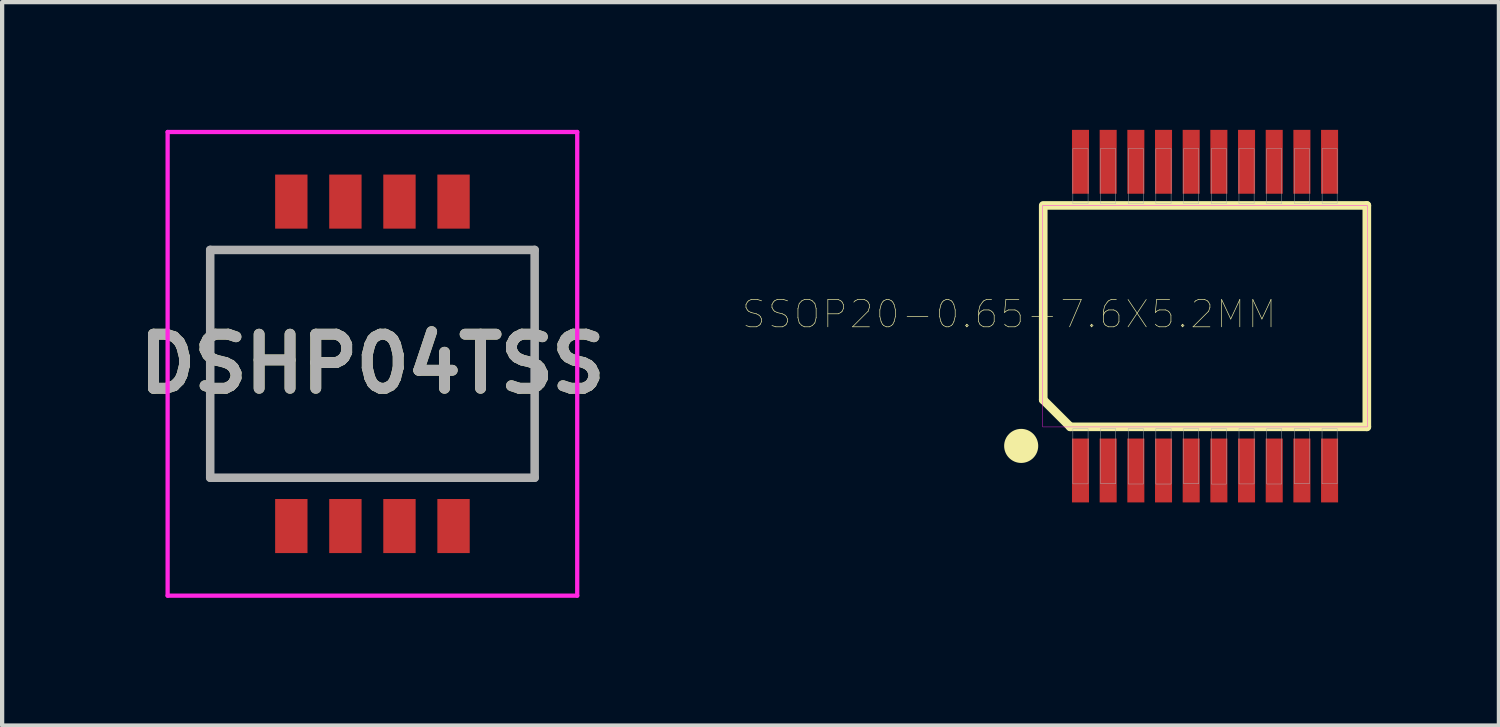
<source format=kicad_pcb>
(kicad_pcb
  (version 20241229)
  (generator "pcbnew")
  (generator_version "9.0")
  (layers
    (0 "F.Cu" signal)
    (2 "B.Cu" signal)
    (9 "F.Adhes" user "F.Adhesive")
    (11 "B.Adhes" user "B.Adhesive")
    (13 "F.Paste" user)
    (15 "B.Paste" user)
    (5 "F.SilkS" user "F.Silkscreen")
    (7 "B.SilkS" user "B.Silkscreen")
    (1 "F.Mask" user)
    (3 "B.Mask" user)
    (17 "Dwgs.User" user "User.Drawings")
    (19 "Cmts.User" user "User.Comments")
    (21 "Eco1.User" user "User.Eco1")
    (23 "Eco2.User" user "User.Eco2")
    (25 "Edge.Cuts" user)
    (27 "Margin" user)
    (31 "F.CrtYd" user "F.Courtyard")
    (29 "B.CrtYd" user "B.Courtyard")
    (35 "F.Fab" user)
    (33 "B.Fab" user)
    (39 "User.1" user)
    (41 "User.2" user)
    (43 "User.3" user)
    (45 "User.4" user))
  (footprint "SSOP20-0.65-7.6X5.2MM"
    (layer "F.Cu")
    (at 25.252 4.375)
    (property "Reference" "SSOP20-0.65-7.6X5.2MM" (at -4.601 -0.045 180) (layer "F.SilkS") (effects (font (size 0.641 0.641) (thickness 0.015))))
    (attr through_hole)
    (fp_line (start -3.825 -2.575) (end -3.8 -2.575) (stroke (width 0.127) (type solid)) (layer "F.SilkS"))
    (fp_line (start -3.8 -2.575) (end -3.8 1.965) (stroke (width 0.203) (type solid)) (layer "F.SilkS"))
    (fp_line (start -3.8 1.965) (end -3.165 2.6) (stroke (width 0.203) (type solid)) (layer "F.SilkS"))
    (fp_line (start -3.165 2.6) (end 3.8 2.6) (stroke (width 0.203) (type solid)) (layer "F.SilkS"))
    (fp_line (start 3.8 -2.6) (end -3.8 -2.6) (stroke (width 0.203) (type solid)) (layer "F.SilkS"))
    (fp_line (start 3.8 2.6) (end 3.8 -2.6) (stroke (width 0.203) (type solid)) (layer "F.SilkS"))
    (fp_circle (center -4.318 3.048) (end -3.918 3.048) (stroke (width 0) (type solid)) (fill yes) (layer "F.SilkS"))
    (fp_poly (pts (xy -3.813 -2.6) (xy 3.81 -2.6) (xy 3.81 2.602) (xy -3.813 2.602)) (stroke (width 0.01) (type solid)) (fill no) (layer "F.CrtYd"))
    (fp_poly (pts (xy -3.104 2.642) (xy -2.747 2.642) (xy -2.747 3.939) (xy -3.104 3.939)) (stroke (width 0.01) (type solid)) (fill no) (layer "F.Fab"))
    (fp_poly (pts (xy -3.104 -3.937) (xy -2.747 -3.937) (xy -2.747 -2.642) (xy -3.104 -2.642)) (stroke (width 0.01) (type solid)) (fill no) (layer "F.Fab"))
    (fp_poly (pts (xy -2.457 -3.937) (xy -2.097 -3.937) (xy -2.097 -2.646) (xy -2.457 -2.646)) (stroke (width 0.01) (type solid)) (fill no) (layer "F.Fab"))
    (fp_poly (pts (xy -2.453 2.642) (xy -2.097 2.642) (xy -2.097 3.937) (xy -2.453 3.937)) (stroke (width 0.01) (type solid)) (fill no) (layer "F.Fab"))
    (fp_poly (pts (xy -1.805 2.642) (xy -1.447 2.642) (xy -1.447 3.942) (xy -1.805 3.942)) (stroke (width 0.01) (type solid)) (fill no) (layer "F.Fab"))
    (fp_poly (pts (xy -1.803 -3.937) (xy -1.447 -3.937) (xy -1.447 -2.643) (xy -1.803 -2.643)) (stroke (width 0.01) (type solid)) (fill no) (layer "F.Fab"))
    (fp_poly (pts (xy -1.155 -3.937) (xy -0.797 -3.937) (xy -0.797 -2.646) (xy -1.155 -2.646)) (stroke (width 0.01) (type solid)) (fill no) (layer "F.Fab"))
    (fp_poly (pts (xy -1.155 2.642) (xy -0.797 2.642) (xy -0.797 3.943) (xy -1.155 3.943)) (stroke (width 0.01) (type solid)) (fill no) (layer "F.Fab"))
    (fp_poly (pts (xy -0.503 -3.937) (xy -0.147 -3.937) (xy -0.147 -2.643) (xy -0.503 -2.643)) (stroke (width 0.01) (type solid)) (fill no) (layer "F.Fab"))
    (fp_poly (pts (xy -0.503 2.642) (xy -0.147 2.642) (xy -0.147 3.937) (xy -0.503 3.937)) (stroke (width 0.01) (type solid)) (fill no) (layer "F.Fab"))
    (fp_poly (pts (xy 0.147 -3.937) (xy 0.503 -3.937) (xy 0.503 -2.643) (xy 0.147 -2.643)) (stroke (width 0.01) (type solid)) (fill no) (layer "F.Fab"))
    (fp_poly (pts (xy 0.147 2.642) (xy 0.503 2.642) (xy 0.503 3.944) (xy 0.147 3.944)) (stroke (width 0.01) (type solid)) (fill no) (layer "F.Fab"))
    (fp_poly (pts (xy 0.797 -3.937) (xy 1.153 -3.937) (xy 1.153 -2.642) (xy 0.797 -2.642)) (stroke (width 0.01) (type solid)) (fill no) (layer "F.Fab"))
    (fp_poly (pts (xy 0.798 2.642) (xy 1.153 2.642) (xy 1.153 3.941) (xy 0.798 3.941)) (stroke (width 0.01) (type solid)) (fill no) (layer "F.Fab"))
    (fp_poly (pts (xy 1.447 -3.937) (xy 1.803 -3.937) (xy 1.803 -2.642) (xy 1.447 -2.642)) (stroke (width 0.01) (type solid)) (fill no) (layer "F.Fab"))
    (fp_poly (pts (xy 1.449 2.642) (xy 1.803 2.642) (xy 1.803 3.942) (xy 1.449 3.942)) (stroke (width 0.01) (type solid)) (fill no) (layer "F.Fab"))
    (fp_poly (pts (xy 2.097 2.642) (xy 2.453 2.642) (xy 2.453 3.937) (xy 2.097 3.937)) (stroke (width 0.01) (type solid)) (fill no) (layer "F.Fab"))
    (fp_poly (pts (xy 2.097 -3.937) (xy 2.453 -3.937) (xy 2.453 -2.642) (xy 2.097 -2.642)) (stroke (width 0.01) (type solid)) (fill no) (layer "F.Fab"))
    (fp_poly (pts (xy 2.748 2.642) (xy 3.103 2.642) (xy 3.103 3.938) (xy 2.748 3.938)) (stroke (width 0.01) (type solid)) (fill no) (layer "F.Fab"))
    (fp_poly (pts (xy 2.75 -3.937) (xy 3.103 -3.937) (xy 3.103 -2.645) (xy 2.75 -2.645)) (stroke (width 0.01) (type solid)) (fill no) (layer "F.Fab"))
    (pad "1" smd rect (at -2.925 3.625) (size 0.4 1.5) (layers "F.Cu" "F.Mask" "F.Paste"))
    (pad "2" smd rect (at -2.275 3.625) (size 0.4 1.5) (layers "F.Cu" "F.Mask" "F.Paste"))
    (pad "3" smd rect (at -1.625 3.625) (size 0.4 1.5) (layers "F.Cu" "F.Mask" "F.Paste"))
    (pad "4" smd rect (at -0.975 3.625) (size 0.4 1.5) (layers "F.Cu" "F.Mask" "F.Paste"))
    (pad "5" smd rect (at -0.325 3.625) (size 0.4 1.5) (layers "F.Cu" "F.Mask" "F.Paste"))
    (pad "6" smd rect (at 0.325 3.625) (size 0.4 1.5) (layers "F.Cu" "F.Mask" "F.Paste"))
    (pad "7" smd rect (at 0.975 3.625) (size 0.4 1.5) (layers "F.Cu" "F.Mask" "F.Paste"))
    (pad "8" smd rect (at 1.625 3.625) (size 0.4 1.5) (layers "F.Cu" "F.Mask" "F.Paste"))
    (pad "9" smd rect (at 2.275 3.625) (size 0.4 1.5) (layers "F.Cu" "F.Mask" "F.Paste"))
    (pad "10" smd rect (at 2.925 3.625) (size 0.4 1.5) (layers "F.Cu" "F.Mask" "F.Paste"))
    (pad "11" smd rect (at 2.925 -3.625) (size 0.4 1.5) (layers "F.Cu" "F.Mask" "F.Paste"))
    (pad "12" smd rect (at 2.275 -3.625) (size 0.4 1.5) (layers "F.Cu" "F.Mask" "F.Paste"))
    (pad "13" smd rect (at 1.625 -3.625) (size 0.4 1.5) (layers "F.Cu" "F.Mask" "F.Paste"))
    (pad "14" smd rect (at 0.975 -3.625) (size 0.4 1.5) (layers "F.Cu" "F.Mask" "F.Paste"))
    (pad "15" smd rect (at 0.325 -3.625) (size 0.4 1.5) (layers "F.Cu" "F.Mask" "F.Paste"))
    (pad "16" smd rect (at -0.325 -3.625) (size 0.4 1.5) (layers "F.Cu" "F.Mask" "F.Paste"))
    (pad "17" smd rect (at -0.975 -3.625) (size 0.4 1.5) (layers "F.Cu" "F.Mask" "F.Paste"))
    (pad "18" smd rect (at -1.625 -3.625) (size 0.4 1.5) (layers "F.Cu" "F.Mask" "F.Paste"))
    (pad "19" smd rect (at -2.275 -3.625) (size 0.4 1.5) (layers "F.Cu" "F.Mask" "F.Paste"))
    (pad "20" smd rect (at -2.925 -3.625) (size 0.4 1.5) (layers "F.Cu" "F.Mask" "F.Paste")))
  (footprint "DSHP04TSS"
    (layer "F.Cu")
    (at 5.697 5.495)
    (property "Reference" "DSHP04TSS" (at 0 0 0) (layer "F.SilkS") (effects (font (size 1.27 1.27) (thickness 0.254))))
    (attr smd)
    (fp_line (start -3.81 -2.675) (end 3.81 -2.675) (stroke (width 0.1) (type solid)) (layer "F.SilkS"))
    (fp_line (start -3.81 2.675) (end -3.81 -2.675) (stroke (width 0.1) (type solid)) (layer "F.SilkS"))
    (fp_line (start 3.81 -2.675) (end 3.81 2.675) (stroke (width 0.1) (type solid)) (layer "F.SilkS"))
    (fp_line (start 3.81 2.675) (end -3.81 2.675) (stroke (width 0.1) (type solid)) (layer "F.SilkS"))
    (fp_line (start -4.81 -5.445) (end 4.81 -5.445) (stroke (width 0.1) (type solid)) (layer "F.CrtYd"))
    (fp_line (start -4.81 5.445) (end -4.81 -5.445) (stroke (width 0.1) (type solid)) (layer "F.CrtYd"))
    (fp_line (start 4.81 -5.445) (end 4.81 5.445) (stroke (width 0.1) (type solid)) (layer "F.CrtYd"))
    (fp_line (start 4.81 5.445) (end -4.81 5.445) (stroke (width 0.1) (type solid)) (layer "F.CrtYd"))
    (fp_line (start -3.81 -2.675) (end 3.81 -2.675) (stroke (width 0.2) (type solid)) (layer "F.Fab"))
    (fp_line (start -3.81 2.675) (end -3.81 -2.675) (stroke (width 0.2) (type solid)) (layer "F.Fab"))
    (fp_line (start 3.81 -2.675) (end 3.81 2.675) (stroke (width 0.2) (type solid)) (layer "F.Fab"))
    (fp_line (start 3.81 2.675) (end -3.81 2.675) (stroke (width 0.2) (type solid)) (layer "F.Fab"))
    (fp_text user "${REFERENCE}" (at 0 0 0) (layer "F.Fab") (effects (font (size 1.27 1.27) (thickness 0.254))))
    (pad "1" smd rect (at -1.905 3.81) (size 0.76 1.27) (layers "F.Cu" "F.Mask" "F.Paste"))
    (pad "2" smd rect (at -0.635 3.81) (size 0.76 1.27) (layers "F.Cu" "F.Mask" "F.Paste"))
    (pad "3" smd rect (at 0.635 3.81) (size 0.76 1.27) (layers "F.Cu" "F.Mask" "F.Paste"))
    (pad "4" smd rect (at 1.905 3.81) (size 0.76 1.27) (layers "F.Cu" "F.Mask" "F.Paste"))
    (pad "5" smd rect (at 1.905 -3.81) (size 0.76 1.27) (layers "F.Cu" "F.Mask" "F.Paste"))
    (pad "6" smd rect (at 0.635 -3.81) (size 0.76 1.27) (layers "F.Cu" "F.Mask" "F.Paste"))
    (pad "7" smd rect (at -0.635 -3.81) (size 0.76 1.27) (layers "F.Cu" "F.Mask" "F.Paste"))
    (pad "8" smd rect (at -1.905 -3.81) (size 0.76 1.27) (layers "F.Cu" "F.Mask" "F.Paste")))
  (gr_rect
    (start -3 -3)
    (end 32.154 13.99)
    (stroke (width 0.1) (type default))
    (fill no)
    (layer "Edge.Cuts")))
</source>
